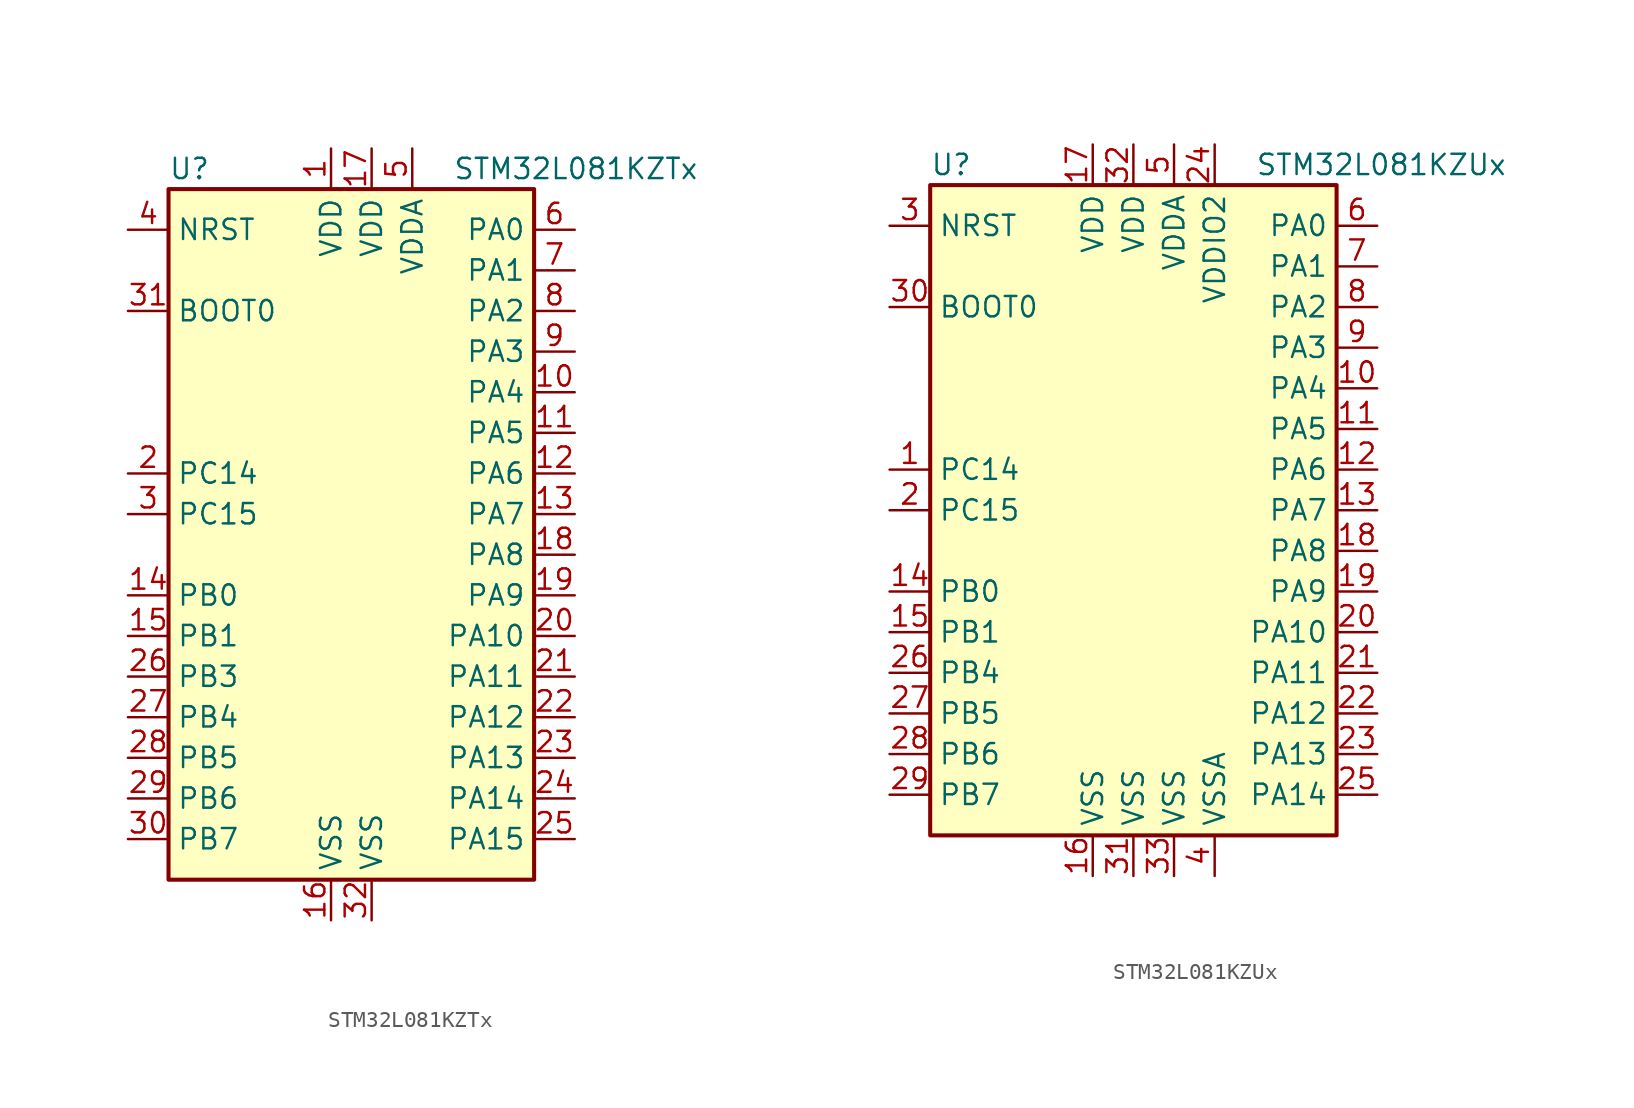
<source format=kicad_sym>
(kicad_symbol_lib
  (version 20201005)
  (generator kicad_symbol_editor)
  (symbol "MCU_ST_STM32L0:STM32L081KZTx"
    (property "Reference" "U"
      (at -12.7 21.59 0)
      (effects (font (size 1.27 1.27)) (justify left)))
    (property "Value" "STM32L081KZTx"
      (at 5.08 21.59 0)
      (effects (font (size 1.27 1.27)) (justify left)))
    (symbol "STM32L081KZTx_0_1"
      (rectangle (start -12.7 -22.86) (end 10.16 20.32) (stroke (width 0.254)) (fill (type background))))
    (symbol "STM32L081KZTx_1_1"
      (pin input line (at -15.24 12.7 0) (length 2.54) (name "BOOT0" (effects (font (size 1.27 1.27)))) (number "31" (effects (font (size 1.27 1.27)))))
      (pin input line (at -15.24 17.78 0) (length 2.54) (name "NRST" (effects (font (size 1.27 1.27)))) (number "4" (effects (font (size 1.27 1.27)))))
      (pin bidirectional line (at 12.7 17.78 180) (length 2.54) (name "PA0" (effects (font (size 1.27 1.27)))) (number "6" (effects (font (size 1.27 1.27)))))
      (pin bidirectional line (at 12.7 15.24 180) (length 2.54) (name "PA1" (effects (font (size 1.27 1.27)))) (number "7" (effects (font (size 1.27 1.27)))))
      (pin bidirectional line (at 12.7 -7.62 180) (length 2.54) (name "PA10" (effects (font (size 1.27 1.27)))) (number "20" (effects (font (size 1.27 1.27)))))
      (pin bidirectional line (at 12.7 -10.16 180) (length 2.54) (name "PA11" (effects (font (size 1.27 1.27)))) (number "21" (effects (font (size 1.27 1.27)))))
      (pin bidirectional line (at 12.7 -12.7 180) (length 2.54) (name "PA12" (effects (font (size 1.27 1.27)))) (number "22" (effects (font (size 1.27 1.27)))))
      (pin bidirectional line (at 12.7 -15.24 180) (length 2.54) (name "PA13" (effects (font (size 1.27 1.27)))) (number "23" (effects (font (size 1.27 1.27)))))
      (pin bidirectional line (at 12.7 -17.78 180) (length 2.54) (name "PA14" (effects (font (size 1.27 1.27)))) (number "24" (effects (font (size 1.27 1.27)))))
      (pin bidirectional line (at 12.7 -20.32 180) (length 2.54) (name "PA15" (effects (font (size 1.27 1.27)))) (number "25" (effects (font (size 1.27 1.27)))))
      (pin bidirectional line (at 12.7 12.7 180) (length 2.54) (name "PA2" (effects (font (size 1.27 1.27)))) (number "8" (effects (font (size 1.27 1.27)))))
      (pin bidirectional line (at 12.7 10.16 180) (length 2.54) (name "PA3" (effects (font (size 1.27 1.27)))) (number "9" (effects (font (size 1.27 1.27)))))
      (pin bidirectional line (at 12.7 7.62 180) (length 2.54) (name "PA4" (effects (font (size 1.27 1.27)))) (number "10" (effects (font (size 1.27 1.27)))))
      (pin bidirectional line (at 12.7 5.08 180) (length 2.54) (name "PA5" (effects (font (size 1.27 1.27)))) (number "11" (effects (font (size 1.27 1.27)))))
      (pin bidirectional line (at 12.7 2.54 180) (length 2.54) (name "PA6" (effects (font (size 1.27 1.27)))) (number "12" (effects (font (size 1.27 1.27)))))
      (pin bidirectional line (at 12.7 0 180) (length 2.54) (name "PA7" (effects (font (size 1.27 1.27)))) (number "13" (effects (font (size 1.27 1.27)))))
      (pin bidirectional line (at 12.7 -2.54 180) (length 2.54) (name "PA8" (effects (font (size 1.27 1.27)))) (number "18" (effects (font (size 1.27 1.27)))))
      (pin bidirectional line (at 12.7 -5.08 180) (length 2.54) (name "PA9" (effects (font (size 1.27 1.27)))) (number "19" (effects (font (size 1.27 1.27)))))
      (pin bidirectional line (at -15.24 -5.08 0) (length 2.54) (name "PB0" (effects (font (size 1.27 1.27)))) (number "14" (effects (font (size 1.27 1.27)))))
      (pin bidirectional line (at -15.24 -7.62 0) (length 2.54) (name "PB1" (effects (font (size 1.27 1.27)))) (number "15" (effects (font (size 1.27 1.27)))))
      (pin bidirectional line (at -15.24 -10.16 0) (length 2.54) (name "PB3" (effects (font (size 1.27 1.27)))) (number "26" (effects (font (size 1.27 1.27)))))
      (pin bidirectional line (at -15.24 -12.7 0) (length 2.54) (name "PB4" (effects (font (size 1.27 1.27)))) (number "27" (effects (font (size 1.27 1.27)))))
      (pin bidirectional line (at -15.24 -15.24 0) (length 2.54) (name "PB5" (effects (font (size 1.27 1.27)))) (number "28" (effects (font (size 1.27 1.27)))))
      (pin bidirectional line (at -15.24 -17.78 0) (length 2.54) (name "PB6" (effects (font (size 1.27 1.27)))) (number "29" (effects (font (size 1.27 1.27)))))
      (pin bidirectional line (at -15.24 -20.32 0) (length 2.54) (name "PB7" (effects (font (size 1.27 1.27)))) (number "30" (effects (font (size 1.27 1.27)))))
      (pin bidirectional line (at -15.24 2.54 0) (length 2.54) (name "PC14" (effects (font (size 1.27 1.27)))) (number "2" (effects (font (size 1.27 1.27)))))
      (pin bidirectional line (at -15.24 0 0) (length 2.54) (name "PC15" (effects (font (size 1.27 1.27)))) (number "3" (effects (font (size 1.27 1.27)))))
      (pin power_in line (at -2.54 22.86 270) (length 2.54) (name "VDD" (effects (font (size 1.27 1.27)))) (number "1" (effects (font (size 1.27 1.27)))))
      (pin power_in line (at 0 22.86 270) (length 2.54) (name "VDD" (effects (font (size 1.27 1.27)))) (number "17" (effects (font (size 1.27 1.27)))))
      (pin power_in line (at 2.54 22.86 270) (length 2.54) (name "VDDA" (effects (font (size 1.27 1.27)))) (number "5" (effects (font (size 1.27 1.27)))))
      (pin power_in line (at -2.54 -25.4 90) (length 2.54) (name "VSS" (effects (font (size 1.27 1.27)))) (number "16" (effects (font (size 1.27 1.27)))))
      (pin power_in line (at 0 -25.4 90) (length 2.54) (name "VSS" (effects (font (size 1.27 1.27)))) (number "32" (effects (font (size 1.27 1.27)))))))
  (symbol "MCU_ST_STM32L0:STM32L081KZUx"
    (property "Reference" "U"
      (at -12.7 21.59 0)
      (effects (font (size 1.27 1.27)) (justify left)))
    (property "Value" "STM32L081KZUx"
      (at 7.62 21.59 0)
      (effects (font (size 1.27 1.27)) (justify left)))
    (symbol "STM32L081KZUx_0_1"
      (rectangle (start -12.7 -20.32) (end 12.7 20.32) (stroke (width 0.254)) (fill (type background))))
    (symbol "STM32L081KZUx_1_1"
      (pin input line (at -15.24 12.7 0) (length 2.54) (name "BOOT0" (effects (font (size 1.27 1.27)))) (number "30" (effects (font (size 1.27 1.27)))))
      (pin input line (at -15.24 17.78 0) (length 2.54) (name "NRST" (effects (font (size 1.27 1.27)))) (number "3" (effects (font (size 1.27 1.27)))))
      (pin bidirectional line (at 15.24 17.78 180) (length 2.54) (name "PA0" (effects (font (size 1.27 1.27)))) (number "6" (effects (font (size 1.27 1.27)))))
      (pin bidirectional line (at 15.24 15.24 180) (length 2.54) (name "PA1" (effects (font (size 1.27 1.27)))) (number "7" (effects (font (size 1.27 1.27)))))
      (pin bidirectional line (at 15.24 -7.62 180) (length 2.54) (name "PA10" (effects (font (size 1.27 1.27)))) (number "20" (effects (font (size 1.27 1.27)))))
      (pin bidirectional line (at 15.24 -10.16 180) (length 2.54) (name "PA11" (effects (font (size 1.27 1.27)))) (number "21" (effects (font (size 1.27 1.27)))))
      (pin bidirectional line (at 15.24 -12.7 180) (length 2.54) (name "PA12" (effects (font (size 1.27 1.27)))) (number "22" (effects (font (size 1.27 1.27)))))
      (pin bidirectional line (at 15.24 -15.24 180) (length 2.54) (name "PA13" (effects (font (size 1.27 1.27)))) (number "23" (effects (font (size 1.27 1.27)))))
      (pin bidirectional line (at 15.24 -17.78 180) (length 2.54) (name "PA14" (effects (font (size 1.27 1.27)))) (number "25" (effects (font (size 1.27 1.27)))))
      (pin bidirectional line (at 15.24 12.7 180) (length 2.54) (name "PA2" (effects (font (size 1.27 1.27)))) (number "8" (effects (font (size 1.27 1.27)))))
      (pin bidirectional line (at 15.24 10.16 180) (length 2.54) (name "PA3" (effects (font (size 1.27 1.27)))) (number "9" (effects (font (size 1.27 1.27)))))
      (pin bidirectional line (at 15.24 7.62 180) (length 2.54) (name "PA4" (effects (font (size 1.27 1.27)))) (number "10" (effects (font (size 1.27 1.27)))))
      (pin bidirectional line (at 15.24 5.08 180) (length 2.54) (name "PA5" (effects (font (size 1.27 1.27)))) (number "11" (effects (font (size 1.27 1.27)))))
      (pin bidirectional line (at 15.24 2.54 180) (length 2.54) (name "PA6" (effects (font (size 1.27 1.27)))) (number "12" (effects (font (size 1.27 1.27)))))
      (pin bidirectional line (at 15.24 0 180) (length 2.54) (name "PA7" (effects (font (size 1.27 1.27)))) (number "13" (effects (font (size 1.27 1.27)))))
      (pin bidirectional line (at 15.24 -2.54 180) (length 2.54) (name "PA8" (effects (font (size 1.27 1.27)))) (number "18" (effects (font (size 1.27 1.27)))))
      (pin bidirectional line (at 15.24 -5.08 180) (length 2.54) (name "PA9" (effects (font (size 1.27 1.27)))) (number "19" (effects (font (size 1.27 1.27)))))
      (pin bidirectional line (at -15.24 -5.08 0) (length 2.54) (name "PB0" (effects (font (size 1.27 1.27)))) (number "14" (effects (font (size 1.27 1.27)))))
      (pin bidirectional line (at -15.24 -7.62 0) (length 2.54) (name "PB1" (effects (font (size 1.27 1.27)))) (number "15" (effects (font (size 1.27 1.27)))))
      (pin bidirectional line (at -15.24 -10.16 0) (length 2.54) (name "PB4" (effects (font (size 1.27 1.27)))) (number "26" (effects (font (size 1.27 1.27)))))
      (pin bidirectional line (at -15.24 -12.7 0) (length 2.54) (name "PB5" (effects (font (size 1.27 1.27)))) (number "27" (effects (font (size 1.27 1.27)))))
      (pin bidirectional line (at -15.24 -15.24 0) (length 2.54) (name "PB6" (effects (font (size 1.27 1.27)))) (number "28" (effects (font (size 1.27 1.27)))))
      (pin bidirectional line (at -15.24 -17.78 0) (length 2.54) (name "PB7" (effects (font (size 1.27 1.27)))) (number "29" (effects (font (size 1.27 1.27)))))
      (pin bidirectional line (at -15.24 2.54 0) (length 2.54) (name "PC14" (effects (font (size 1.27 1.27)))) (number "1" (effects (font (size 1.27 1.27)))))
      (pin bidirectional line (at -15.24 0 0) (length 2.54) (name "PC15" (effects (font (size 1.27 1.27)))) (number "2" (effects (font (size 1.27 1.27)))))
      (pin power_in line (at -2.54 22.86 270) (length 2.54) (name "VDD" (effects (font (size 1.27 1.27)))) (number "17" (effects (font (size 1.27 1.27)))))
      (pin power_in line (at 0 22.86 270) (length 2.54) (name "VDD" (effects (font (size 1.27 1.27)))) (number "32" (effects (font (size 1.27 1.27)))))
      (pin power_in line (at 2.54 22.86 270) (length 2.54) (name "VDDA" (effects (font (size 1.27 1.27)))) (number "5" (effects (font (size 1.27 1.27)))))
      (pin power_in line (at 5.08 22.86 270) (length 2.54) (name "VDDIO2" (effects (font (size 1.27 1.27)))) (number "24" (effects (font (size 1.27 1.27)))))
      (pin power_in line (at -2.54 -22.86 90) (length 2.54) (name "VSS" (effects (font (size 1.27 1.27)))) (number "16" (effects (font (size 1.27 1.27)))))
      (pin power_in line (at 0 -22.86 90) (length 2.54) (name "VSS" (effects (font (size 1.27 1.27)))) (number "31" (effects (font (size 1.27 1.27)))))
      (pin power_in line (at 2.54 -22.86 90) (length 2.54) (name "VSS" (effects (font (size 1.27 1.27)))) (number "33" (effects (font (size 1.27 1.27)))))
      (pin power_in line (at 5.08 -22.86 90) (length 2.54) (name "VSSA" (effects (font (size 1.27 1.27)))) (number "4" (effects (font (size 1.27 1.27))))))))
</source>
